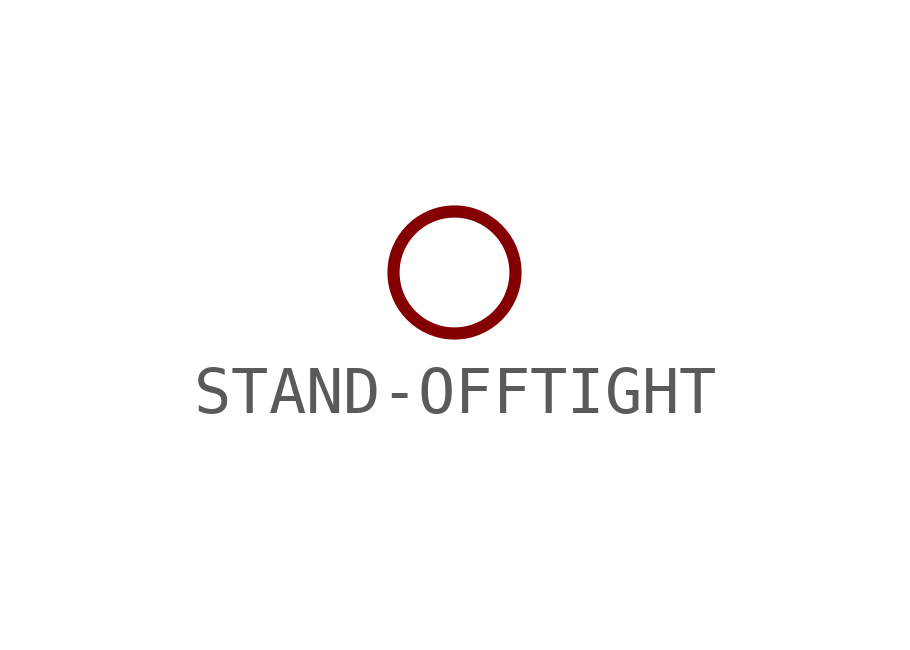
<source format=kicad_sym>
(kicad_symbol_lib
  (version 20231120)
  (generator "kicad_symbol_editor")
  (generator_version "8.0")
  (symbol "STAND-OFFTIGHT"
    (property "Reference" "STANDOFF"
      (at 0 0 0)
      (effects (font (size 1.27 1.27)) (hide yes)))
    (property "ki_locked" ""
      (at 0 0 0)
      (effects (font (size 1.27 1.27))))
    (symbol "STAND-OFFTIGHT_1_0"
      (circle (center 0 0) (radius 1.27) (stroke (width 0.254) (type solid)) (fill (type none))))))
</source>
